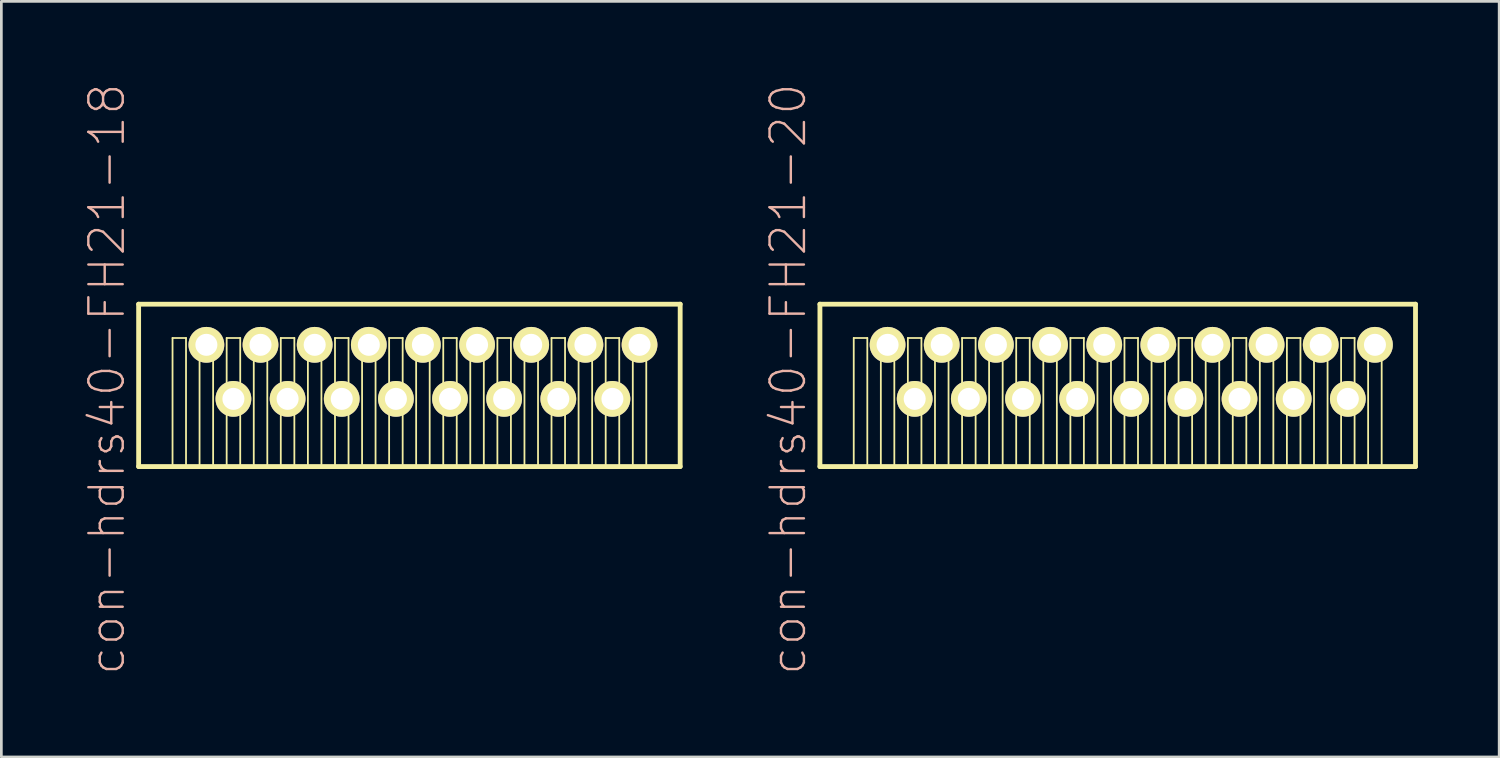
<source format=kicad_pcb>
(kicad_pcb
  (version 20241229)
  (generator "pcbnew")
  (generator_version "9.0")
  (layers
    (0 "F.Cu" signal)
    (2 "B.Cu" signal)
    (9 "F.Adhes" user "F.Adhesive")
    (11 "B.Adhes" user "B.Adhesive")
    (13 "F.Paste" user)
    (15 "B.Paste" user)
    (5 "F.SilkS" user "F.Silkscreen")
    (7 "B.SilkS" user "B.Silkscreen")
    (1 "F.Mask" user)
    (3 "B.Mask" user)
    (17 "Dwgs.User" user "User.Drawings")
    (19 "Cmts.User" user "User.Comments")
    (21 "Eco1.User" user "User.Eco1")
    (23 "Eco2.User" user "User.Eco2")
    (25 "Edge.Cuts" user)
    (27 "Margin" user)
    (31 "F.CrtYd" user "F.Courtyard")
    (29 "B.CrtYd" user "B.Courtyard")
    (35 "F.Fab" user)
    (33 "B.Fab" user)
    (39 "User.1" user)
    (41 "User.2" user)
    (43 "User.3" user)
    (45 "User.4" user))
  (footprint "con-hdrs40-FH21-20"
    (layer "F.Cu")
    (at 38.229 10.683)
    (property "Reference" "con-hdrs40-FH21-20" (at -12.172 0.269 90) (layer "B.SilkS") (effects (font (size 1.27 1.27) (thickness 0.089))))
    (attr exclude_from_pos_files exclude_from_bom)
    (fp_line (start -10.998 -2.499) (end 10.998 -2.499) (stroke (width 0.178) (type solid)) (layer "F.SilkS"))
    (fp_line (start -10.998 3.498) (end -10.998 -2.499) (stroke (width 0.178) (type solid)) (layer "F.SilkS"))
    (fp_line (start -9.749 -1.25) (end -9.248 -1.25) (stroke (width 0.066) (type solid)) (layer "F.SilkS"))
    (fp_line (start -9.749 3.498) (end -9.749 -1.25) (stroke (width 0.066) (type solid)) (layer "F.SilkS"))
    (fp_line (start -9.749 3.498) (end -9.248 3.498) (stroke (width 0.066) (type solid)) (layer "F.SilkS"))
    (fp_line (start -9.248 3.498) (end -9.248 -1.25) (stroke (width 0.066) (type solid)) (layer "F.SilkS"))
    (fp_line (start -8.748 -1.25) (end -8.25 -1.25) (stroke (width 0.066) (type solid)) (layer "F.SilkS"))
    (fp_line (start -8.748 3.498) (end -8.748 -1.25) (stroke (width 0.066) (type solid)) (layer "F.SilkS"))
    (fp_line (start -8.748 3.498) (end -8.25 3.498) (stroke (width 0.066) (type solid)) (layer "F.SilkS"))
    (fp_line (start -8.25 3.498) (end -8.25 -1.25) (stroke (width 0.066) (type solid)) (layer "F.SilkS"))
    (fp_line (start -7.75 -1.25) (end -7.249 -1.25) (stroke (width 0.066) (type solid)) (layer "F.SilkS"))
    (fp_line (start -7.75 3.498) (end -7.75 -1.25) (stroke (width 0.066) (type solid)) (layer "F.SilkS"))
    (fp_line (start -7.75 3.498) (end -7.249 3.498) (stroke (width 0.066) (type solid)) (layer "F.SilkS"))
    (fp_line (start -7.249 3.498) (end -7.249 -1.25) (stroke (width 0.066) (type solid)) (layer "F.SilkS"))
    (fp_line (start -6.749 -1.25) (end -6.248 -1.25) (stroke (width 0.066) (type solid)) (layer "F.SilkS"))
    (fp_line (start -6.749 3.498) (end -6.749 -1.25) (stroke (width 0.066) (type solid)) (layer "F.SilkS"))
    (fp_line (start -6.749 3.498) (end -6.248 3.498) (stroke (width 0.066) (type solid)) (layer "F.SilkS"))
    (fp_line (start -6.248 3.498) (end -6.248 -1.25) (stroke (width 0.066) (type solid)) (layer "F.SilkS"))
    (fp_line (start -5.748 -1.25) (end -5.248 -1.25) (stroke (width 0.066) (type solid)) (layer "F.SilkS"))
    (fp_line (start -5.748 3.498) (end -5.748 -1.25) (stroke (width 0.066) (type solid)) (layer "F.SilkS"))
    (fp_line (start -5.748 3.498) (end -5.248 3.498) (stroke (width 0.066) (type solid)) (layer "F.SilkS"))
    (fp_line (start -5.248 3.498) (end -5.248 -1.25) (stroke (width 0.066) (type solid)) (layer "F.SilkS"))
    (fp_line (start -4.75 -1.25) (end -4.249 -1.25) (stroke (width 0.066) (type solid)) (layer "F.SilkS"))
    (fp_line (start -4.75 3.498) (end -4.75 -1.25) (stroke (width 0.066) (type solid)) (layer "F.SilkS"))
    (fp_line (start -4.75 3.498) (end -4.249 3.498) (stroke (width 0.066) (type solid)) (layer "F.SilkS"))
    (fp_line (start -4.249 3.498) (end -4.249 -1.25) (stroke (width 0.066) (type solid)) (layer "F.SilkS"))
    (fp_line (start -3.749 -1.25) (end -3.249 -1.25) (stroke (width 0.066) (type solid)) (layer "F.SilkS"))
    (fp_line (start -3.749 3.498) (end -3.749 -1.25) (stroke (width 0.066) (type solid)) (layer "F.SilkS"))
    (fp_line (start -3.749 3.498) (end -3.249 3.498) (stroke (width 0.066) (type solid)) (layer "F.SilkS"))
    (fp_line (start -3.249 3.498) (end -3.249 -1.25) (stroke (width 0.066) (type solid)) (layer "F.SilkS"))
    (fp_line (start -2.748 -1.25) (end -2.248 -1.25) (stroke (width 0.066) (type solid)) (layer "F.SilkS"))
    (fp_line (start -2.748 3.498) (end -2.748 -1.25) (stroke (width 0.066) (type solid)) (layer "F.SilkS"))
    (fp_line (start -2.748 3.498) (end -2.248 3.498) (stroke (width 0.066) (type solid)) (layer "F.SilkS"))
    (fp_line (start -2.248 3.498) (end -2.248 -1.25) (stroke (width 0.066) (type solid)) (layer "F.SilkS"))
    (fp_line (start -1.748 -1.25) (end -1.25 -1.25) (stroke (width 0.066) (type solid)) (layer "F.SilkS"))
    (fp_line (start -1.748 3.498) (end -1.748 -1.25) (stroke (width 0.066) (type solid)) (layer "F.SilkS"))
    (fp_line (start -1.748 3.498) (end -1.25 3.498) (stroke (width 0.066) (type solid)) (layer "F.SilkS"))
    (fp_line (start -1.25 3.498) (end -1.25 -1.25) (stroke (width 0.066) (type solid)) (layer "F.SilkS"))
    (fp_line (start -0.749 -1.25) (end -0.249 -1.25) (stroke (width 0.066) (type solid)) (layer "F.SilkS"))
    (fp_line (start -0.749 3.498) (end -0.749 -1.25) (stroke (width 0.066) (type solid)) (layer "F.SilkS"))
    (fp_line (start -0.749 3.498) (end -0.249 3.498) (stroke (width 0.066) (type solid)) (layer "F.SilkS"))
    (fp_line (start -0.249 3.498) (end -0.249 -1.25) (stroke (width 0.066) (type solid)) (layer "F.SilkS"))
    (fp_line (start 0.249 -1.25) (end 0.749 -1.25) (stroke (width 0.066) (type solid)) (layer "F.SilkS"))
    (fp_line (start 0.249 3.498) (end 0.249 -1.25) (stroke (width 0.066) (type solid)) (layer "F.SilkS"))
    (fp_line (start 0.249 3.498) (end 0.749 3.498) (stroke (width 0.066) (type solid)) (layer "F.SilkS"))
    (fp_line (start 0.749 3.498) (end 0.749 -1.25) (stroke (width 0.066) (type solid)) (layer "F.SilkS"))
    (fp_line (start 1.25 -1.25) (end 1.748 -1.25) (stroke (width 0.066) (type solid)) (layer "F.SilkS"))
    (fp_line (start 1.25 3.498) (end 1.25 -1.25) (stroke (width 0.066) (type solid)) (layer "F.SilkS"))
    (fp_line (start 1.25 3.498) (end 1.748 3.498) (stroke (width 0.066) (type solid)) (layer "F.SilkS"))
    (fp_line (start 1.748 3.498) (end 1.748 -1.25) (stroke (width 0.066) (type solid)) (layer "F.SilkS"))
    (fp_line (start 2.248 -1.25) (end 2.748 -1.25) (stroke (width 0.066) (type solid)) (layer "F.SilkS"))
    (fp_line (start 2.248 3.498) (end 2.248 -1.25) (stroke (width 0.066) (type solid)) (layer "F.SilkS"))
    (fp_line (start 2.248 3.498) (end 2.748 3.498) (stroke (width 0.066) (type solid)) (layer "F.SilkS"))
    (fp_line (start 2.748 3.498) (end 2.748 -1.25) (stroke (width 0.066) (type solid)) (layer "F.SilkS"))
    (fp_line (start 3.249 -1.25) (end 3.749 -1.25) (stroke (width 0.066) (type solid)) (layer "F.SilkS"))
    (fp_line (start 3.249 3.498) (end 3.249 -1.25) (stroke (width 0.066) (type solid)) (layer "F.SilkS"))
    (fp_line (start 3.249 3.498) (end 3.749 3.498) (stroke (width 0.066) (type solid)) (layer "F.SilkS"))
    (fp_line (start 3.749 3.498) (end 3.749 -1.25) (stroke (width 0.066) (type solid)) (layer "F.SilkS"))
    (fp_line (start 4.249 -1.25) (end 4.75 -1.25) (stroke (width 0.066) (type solid)) (layer "F.SilkS"))
    (fp_line (start 4.249 3.498) (end 4.249 -1.25) (stroke (width 0.066) (type solid)) (layer "F.SilkS"))
    (fp_line (start 4.249 3.498) (end 4.75 3.498) (stroke (width 0.066) (type solid)) (layer "F.SilkS"))
    (fp_line (start 4.75 3.498) (end 4.75 -1.25) (stroke (width 0.066) (type solid)) (layer "F.SilkS"))
    (fp_line (start 5.248 -1.25) (end 5.748 -1.25) (stroke (width 0.066) (type solid)) (layer "F.SilkS"))
    (fp_line (start 5.248 3.498) (end 5.248 -1.25) (stroke (width 0.066) (type solid)) (layer "F.SilkS"))
    (fp_line (start 5.248 3.498) (end 5.748 3.498) (stroke (width 0.066) (type solid)) (layer "F.SilkS"))
    (fp_line (start 5.748 3.498) (end 5.748 -1.25) (stroke (width 0.066) (type solid)) (layer "F.SilkS"))
    (fp_line (start 6.248 -1.25) (end 6.749 -1.25) (stroke (width 0.066) (type solid)) (layer "F.SilkS"))
    (fp_line (start 6.248 3.498) (end 6.248 -1.25) (stroke (width 0.066) (type solid)) (layer "F.SilkS"))
    (fp_line (start 6.248 3.498) (end 6.749 3.498) (stroke (width 0.066) (type solid)) (layer "F.SilkS"))
    (fp_line (start 6.749 3.498) (end 6.749 -1.25) (stroke (width 0.066) (type solid)) (layer "F.SilkS"))
    (fp_line (start 7.249 -1.25) (end 7.75 -1.25) (stroke (width 0.066) (type solid)) (layer "F.SilkS"))
    (fp_line (start 7.249 3.498) (end 7.249 -1.25) (stroke (width 0.066) (type solid)) (layer "F.SilkS"))
    (fp_line (start 7.249 3.498) (end 7.75 3.498) (stroke (width 0.066) (type solid)) (layer "F.SilkS"))
    (fp_line (start 7.75 3.498) (end 7.75 -1.25) (stroke (width 0.066) (type solid)) (layer "F.SilkS"))
    (fp_line (start 8.25 -1.25) (end 8.748 -1.25) (stroke (width 0.066) (type solid)) (layer "F.SilkS"))
    (fp_line (start 8.25 3.498) (end 8.25 -1.25) (stroke (width 0.066) (type solid)) (layer "F.SilkS"))
    (fp_line (start 8.25 3.498) (end 8.748 3.498) (stroke (width 0.066) (type solid)) (layer "F.SilkS"))
    (fp_line (start 8.748 3.498) (end 8.748 -1.25) (stroke (width 0.066) (type solid)) (layer "F.SilkS"))
    (fp_line (start 9.248 -1.25) (end 9.749 -1.25) (stroke (width 0.066) (type solid)) (layer "F.SilkS"))
    (fp_line (start 9.248 3.498) (end 9.248 -1.25) (stroke (width 0.066) (type solid)) (layer "F.SilkS"))
    (fp_line (start 9.248 3.498) (end 9.749 3.498) (stroke (width 0.066) (type solid)) (layer "F.SilkS"))
    (fp_line (start 9.749 3.498) (end 9.749 -1.25) (stroke (width 0.066) (type solid)) (layer "F.SilkS"))
    (fp_line (start 10.998 -2.499) (end 10.998 3.498) (stroke (width 0.178) (type solid)) (layer "F.SilkS"))
    (fp_line (start 10.998 3.498) (end -10.998 3.498) (stroke (width 0.178) (type solid)) (layer "F.SilkS"))
    (pad "1" thru_hole rect (at -9.5 0.998) (size 0.001 0.001) (drill 0.813) (layers "*.Cu" "F.Mask" "F.SilkS" "F.Paste"))
    (pad "2" thru_hole circle (at -8.499 -0.998) (size 1.321 1.321) (drill 0.813) (layers "*.Cu" "F.Mask" "F.SilkS" "F.Paste"))
    (pad "3" thru_hole circle (at -7.498 0.998) (size 1.321 1.321) (drill 0.813) (layers "*.Cu" "F.Mask" "F.SilkS" "F.Paste"))
    (pad "4" thru_hole circle (at -6.5 -0.998) (size 1.321 1.321) (drill 0.813) (layers "*.Cu" "F.Mask" "F.SilkS" "F.Paste"))
    (pad "5" thru_hole circle (at -5.499 0.998) (size 1.321 1.321) (drill 0.813) (layers "*.Cu" "F.Mask" "F.SilkS" "F.Paste"))
    (pad "6" thru_hole circle (at -4.498 -0.998) (size 1.321 1.321) (drill 0.813) (layers "*.Cu" "F.Mask" "F.SilkS" "F.Paste"))
    (pad "7" thru_hole circle (at -3.498 0.998) (size 1.321 1.321) (drill 0.813) (layers "*.Cu" "F.Mask" "F.SilkS" "F.Paste"))
    (pad "8" thru_hole circle (at -2.499 -0.998) (size 1.321 1.321) (drill 0.813) (layers "*.Cu" "F.Mask" "F.SilkS" "F.Paste"))
    (pad "9" thru_hole circle (at -1.499 0.998) (size 1.321 1.321) (drill 0.813) (layers "*.Cu" "F.Mask" "F.SilkS" "F.Paste"))
    (pad "10" thru_hole circle (at -0.498 -0.998) (size 1.321 1.321) (drill 0.813) (layers "*.Cu" "F.Mask" "F.SilkS" "F.Paste"))
    (pad "11" thru_hole circle (at 0.498 0.998) (size 1.321 1.321) (drill 0.813) (layers "*.Cu" "F.Mask" "F.SilkS" "F.Paste"))
    (pad "12" thru_hole circle (at 1.499 -0.998) (size 1.321 1.321) (drill 0.813) (layers "*.Cu" "F.Mask" "F.SilkS" "F.Paste"))
    (pad "13" thru_hole circle (at 2.499 0.998) (size 1.321 1.321) (drill 0.813) (layers "*.Cu" "F.Mask" "F.SilkS" "F.Paste"))
    (pad "14" thru_hole circle (at 3.498 -0.998) (size 1.321 1.321) (drill 0.813) (layers "*.Cu" "F.Mask" "F.SilkS" "F.Paste"))
    (pad "15" thru_hole circle (at 4.498 0.998) (size 1.321 1.321) (drill 0.813) (layers "*.Cu" "F.Mask" "F.SilkS" "F.Paste"))
    (pad "16" thru_hole circle (at 5.499 -0.998) (size 1.321 1.321) (drill 0.813) (layers "*.Cu" "F.Mask" "F.SilkS" "F.Paste"))
    (pad "17" thru_hole circle (at 6.5 0.998) (size 1.321 1.321) (drill 0.813) (layers "*.Cu" "F.Mask" "F.SilkS" "F.Paste"))
    (pad "18" thru_hole circle (at 7.498 -0.998) (size 1.321 1.321) (drill 0.813) (layers "*.Cu" "F.Mask" "F.SilkS" "F.Paste"))
    (pad "19" thru_hole circle (at 8.499 0.998) (size 1.321 1.321) (drill 0.813) (layers "*.Cu" "F.Mask" "F.SilkS" "F.Paste"))
    (pad "20" thru_hole circle (at 9.5 -0.998) (size 1.321 1.321) (drill 0.813) (layers "*.Cu" "F.Mask" "F.SilkS" "F.Paste")))
  (footprint "con-hdrs40-FH21-18"
    (layer "F.Cu")
    (at 12.07 10.683)
    (property "Reference" "con-hdrs40-FH21-18" (at -11.171 0.269 90) (layer "B.SilkS") (effects (font (size 1.27 1.27) (thickness 0.089))))
    (attr exclude_from_pos_files exclude_from_bom)
    (fp_line (start -10 -2.499) (end 10 -2.499) (stroke (width 0.178) (type solid)) (layer "F.SilkS"))
    (fp_line (start -10 3.498) (end -10 -2.499) (stroke (width 0.178) (type solid)) (layer "F.SilkS"))
    (fp_line (start -8.748 -1.25) (end -8.25 -1.25) (stroke (width 0.066) (type solid)) (layer "F.SilkS"))
    (fp_line (start -8.748 3.498) (end -8.748 -1.25) (stroke (width 0.066) (type solid)) (layer "F.SilkS"))
    (fp_line (start -8.748 3.498) (end -8.25 3.498) (stroke (width 0.066) (type solid)) (layer "F.SilkS"))
    (fp_line (start -8.25 3.498) (end -8.25 -1.25) (stroke (width 0.066) (type solid)) (layer "F.SilkS"))
    (fp_line (start -7.75 -1.25) (end -7.249 -1.25) (stroke (width 0.066) (type solid)) (layer "F.SilkS"))
    (fp_line (start -7.75 3.498) (end -7.75 -1.25) (stroke (width 0.066) (type solid)) (layer "F.SilkS"))
    (fp_line (start -7.75 3.498) (end -7.249 3.498) (stroke (width 0.066) (type solid)) (layer "F.SilkS"))
    (fp_line (start -7.249 3.498) (end -7.249 -1.25) (stroke (width 0.066) (type solid)) (layer "F.SilkS"))
    (fp_line (start -6.749 -1.25) (end -6.248 -1.25) (stroke (width 0.066) (type solid)) (layer "F.SilkS"))
    (fp_line (start -6.749 3.498) (end -6.749 -1.25) (stroke (width 0.066) (type solid)) (layer "F.SilkS"))
    (fp_line (start -6.749 3.498) (end -6.248 3.498) (stroke (width 0.066) (type solid)) (layer "F.SilkS"))
    (fp_line (start -6.248 3.498) (end -6.248 -1.25) (stroke (width 0.066) (type solid)) (layer "F.SilkS"))
    (fp_line (start -5.748 -1.25) (end -5.248 -1.25) (stroke (width 0.066) (type solid)) (layer "F.SilkS"))
    (fp_line (start -5.748 3.498) (end -5.748 -1.25) (stroke (width 0.066) (type solid)) (layer "F.SilkS"))
    (fp_line (start -5.748 3.498) (end -5.248 3.498) (stroke (width 0.066) (type solid)) (layer "F.SilkS"))
    (fp_line (start -5.248 3.498) (end -5.248 -1.25) (stroke (width 0.066) (type solid)) (layer "F.SilkS"))
    (fp_line (start -4.75 -1.25) (end -4.249 -1.25) (stroke (width 0.066) (type solid)) (layer "F.SilkS"))
    (fp_line (start -4.75 3.498) (end -4.75 -1.25) (stroke (width 0.066) (type solid)) (layer "F.SilkS"))
    (fp_line (start -4.75 3.498) (end -4.249 3.498) (stroke (width 0.066) (type solid)) (layer "F.SilkS"))
    (fp_line (start -4.249 3.498) (end -4.249 -1.25) (stroke (width 0.066) (type solid)) (layer "F.SilkS"))
    (fp_line (start -3.749 -1.25) (end -3.249 -1.25) (stroke (width 0.066) (type solid)) (layer "F.SilkS"))
    (fp_line (start -3.749 3.498) (end -3.749 -1.25) (stroke (width 0.066) (type solid)) (layer "F.SilkS"))
    (fp_line (start -3.749 3.498) (end -3.249 3.498) (stroke (width 0.066) (type solid)) (layer "F.SilkS"))
    (fp_line (start -3.249 3.498) (end -3.249 -1.25) (stroke (width 0.066) (type solid)) (layer "F.SilkS"))
    (fp_line (start -2.748 -1.25) (end -2.248 -1.25) (stroke (width 0.066) (type solid)) (layer "F.SilkS"))
    (fp_line (start -2.748 3.498) (end -2.748 -1.25) (stroke (width 0.066) (type solid)) (layer "F.SilkS"))
    (fp_line (start -2.748 3.498) (end -2.248 3.498) (stroke (width 0.066) (type solid)) (layer "F.SilkS"))
    (fp_line (start -2.248 3.498) (end -2.248 -1.25) (stroke (width 0.066) (type solid)) (layer "F.SilkS"))
    (fp_line (start -1.748 -1.25) (end -1.25 -1.25) (stroke (width 0.066) (type solid)) (layer "F.SilkS"))
    (fp_line (start -1.748 3.498) (end -1.748 -1.25) (stroke (width 0.066) (type solid)) (layer "F.SilkS"))
    (fp_line (start -1.748 3.498) (end -1.25 3.498) (stroke (width 0.066) (type solid)) (layer "F.SilkS"))
    (fp_line (start -1.25 3.498) (end -1.25 -1.25) (stroke (width 0.066) (type solid)) (layer "F.SilkS"))
    (fp_line (start -0.749 -1.25) (end -0.249 -1.25) (stroke (width 0.066) (type solid)) (layer "F.SilkS"))
    (fp_line (start -0.749 3.498) (end -0.749 -1.25) (stroke (width 0.066) (type solid)) (layer "F.SilkS"))
    (fp_line (start -0.749 3.498) (end -0.249 3.498) (stroke (width 0.066) (type solid)) (layer "F.SilkS"))
    (fp_line (start -0.249 3.498) (end -0.249 -1.25) (stroke (width 0.066) (type solid)) (layer "F.SilkS"))
    (fp_line (start 0.249 -1.25) (end 0.749 -1.25) (stroke (width 0.066) (type solid)) (layer "F.SilkS"))
    (fp_line (start 0.249 3.498) (end 0.249 -1.25) (stroke (width 0.066) (type solid)) (layer "F.SilkS"))
    (fp_line (start 0.249 3.498) (end 0.749 3.498) (stroke (width 0.066) (type solid)) (layer "F.SilkS"))
    (fp_line (start 0.749 3.498) (end 0.749 -1.25) (stroke (width 0.066) (type solid)) (layer "F.SilkS"))
    (fp_line (start 1.25 -1.25) (end 1.748 -1.25) (stroke (width 0.066) (type solid)) (layer "F.SilkS"))
    (fp_line (start 1.25 3.498) (end 1.25 -1.25) (stroke (width 0.066) (type solid)) (layer "F.SilkS"))
    (fp_line (start 1.25 3.498) (end 1.748 3.498) (stroke (width 0.066) (type solid)) (layer "F.SilkS"))
    (fp_line (start 1.748 3.498) (end 1.748 -1.25) (stroke (width 0.066) (type solid)) (layer "F.SilkS"))
    (fp_line (start 2.248 -1.25) (end 2.748 -1.25) (stroke (width 0.066) (type solid)) (layer "F.SilkS"))
    (fp_line (start 2.248 3.498) (end 2.248 -1.25) (stroke (width 0.066) (type solid)) (layer "F.SilkS"))
    (fp_line (start 2.248 3.498) (end 2.748 3.498) (stroke (width 0.066) (type solid)) (layer "F.SilkS"))
    (fp_line (start 2.748 3.498) (end 2.748 -1.25) (stroke (width 0.066) (type solid)) (layer "F.SilkS"))
    (fp_line (start 3.249 -1.25) (end 3.749 -1.25) (stroke (width 0.066) (type solid)) (layer "F.SilkS"))
    (fp_line (start 3.249 3.498) (end 3.249 -1.25) (stroke (width 0.066) (type solid)) (layer "F.SilkS"))
    (fp_line (start 3.249 3.498) (end 3.749 3.498) (stroke (width 0.066) (type solid)) (layer "F.SilkS"))
    (fp_line (start 3.749 3.498) (end 3.749 -1.25) (stroke (width 0.066) (type solid)) (layer "F.SilkS"))
    (fp_line (start 4.249 -1.25) (end 4.75 -1.25) (stroke (width 0.066) (type solid)) (layer "F.SilkS"))
    (fp_line (start 4.249 3.498) (end 4.249 -1.25) (stroke (width 0.066) (type solid)) (layer "F.SilkS"))
    (fp_line (start 4.249 3.498) (end 4.75 3.498) (stroke (width 0.066) (type solid)) (layer "F.SilkS"))
    (fp_line (start 4.75 3.498) (end 4.75 -1.25) (stroke (width 0.066) (type solid)) (layer "F.SilkS"))
    (fp_line (start 5.248 -1.25) (end 5.748 -1.25) (stroke (width 0.066) (type solid)) (layer "F.SilkS"))
    (fp_line (start 5.248 3.498) (end 5.248 -1.25) (stroke (width 0.066) (type solid)) (layer "F.SilkS"))
    (fp_line (start 5.248 3.498) (end 5.748 3.498) (stroke (width 0.066) (type solid)) (layer "F.SilkS"))
    (fp_line (start 5.748 3.498) (end 5.748 -1.25) (stroke (width 0.066) (type solid)) (layer "F.SilkS"))
    (fp_line (start 6.248 -1.25) (end 6.749 -1.25) (stroke (width 0.066) (type solid)) (layer "F.SilkS"))
    (fp_line (start 6.248 3.498) (end 6.248 -1.25) (stroke (width 0.066) (type solid)) (layer "F.SilkS"))
    (fp_line (start 6.248 3.498) (end 6.749 3.498) (stroke (width 0.066) (type solid)) (layer "F.SilkS"))
    (fp_line (start 6.749 3.498) (end 6.749 -1.25) (stroke (width 0.066) (type solid)) (layer "F.SilkS"))
    (fp_line (start 7.249 -1.25) (end 7.75 -1.25) (stroke (width 0.066) (type solid)) (layer "F.SilkS"))
    (fp_line (start 7.249 3.498) (end 7.249 -1.25) (stroke (width 0.066) (type solid)) (layer "F.SilkS"))
    (fp_line (start 7.249 3.498) (end 7.75 3.498) (stroke (width 0.066) (type solid)) (layer "F.SilkS"))
    (fp_line (start 7.75 3.498) (end 7.75 -1.25) (stroke (width 0.066) (type solid)) (layer "F.SilkS"))
    (fp_line (start 8.25 -1.25) (end 8.748 -1.25) (stroke (width 0.066) (type solid)) (layer "F.SilkS"))
    (fp_line (start 8.25 3.498) (end 8.25 -1.25) (stroke (width 0.066) (type solid)) (layer "F.SilkS"))
    (fp_line (start 8.25 3.498) (end 8.748 3.498) (stroke (width 0.066) (type solid)) (layer "F.SilkS"))
    (fp_line (start 8.748 3.498) (end 8.748 -1.25) (stroke (width 0.066) (type solid)) (layer "F.SilkS"))
    (fp_line (start 10 -2.499) (end 10 3.498) (stroke (width 0.178) (type solid)) (layer "F.SilkS"))
    (fp_line (start 10 3.498) (end -10 3.498) (stroke (width 0.178) (type solid)) (layer "F.SilkS"))
    (pad "1" thru_hole rect (at -8.499 0.998) (size 0.001 0.001) (drill 0.813) (layers "*.Cu" "F.Mask" "F.SilkS" "F.Paste"))
    (pad "2" thru_hole circle (at -7.498 -0.998) (size 1.321 1.321) (drill 0.813) (layers "*.Cu" "F.Mask" "F.SilkS" "F.Paste"))
    (pad "3" thru_hole circle (at -6.5 0.998) (size 1.321 1.321) (drill 0.813) (layers "*.Cu" "F.Mask" "F.SilkS" "F.Paste"))
    (pad "4" thru_hole circle (at -5.499 -0.998) (size 1.321 1.321) (drill 0.813) (layers "*.Cu" "F.Mask" "F.SilkS" "F.Paste"))
    (pad "5" thru_hole circle (at -4.498 0.998) (size 1.321 1.321) (drill 0.813) (layers "*.Cu" "F.Mask" "F.SilkS" "F.Paste"))
    (pad "6" thru_hole circle (at -3.498 -0.998) (size 1.321 1.321) (drill 0.813) (layers "*.Cu" "F.Mask" "F.SilkS" "F.Paste"))
    (pad "7" thru_hole circle (at -2.499 0.998) (size 1.321 1.321) (drill 0.813) (layers "*.Cu" "F.Mask" "F.SilkS" "F.Paste"))
    (pad "8" thru_hole circle (at -1.499 -0.998) (size 1.321 1.321) (drill 0.813) (layers "*.Cu" "F.Mask" "F.SilkS" "F.Paste"))
    (pad "9" thru_hole circle (at -0.498 0.998) (size 1.321 1.321) (drill 0.813) (layers "*.Cu" "F.Mask" "F.SilkS" "F.Paste"))
    (pad "10" thru_hole circle (at 0.498 -0.998) (size 1.321 1.321) (drill 0.813) (layers "*.Cu" "F.Mask" "F.SilkS" "F.Paste"))
    (pad "11" thru_hole circle (at 1.499 0.998) (size 1.321 1.321) (drill 0.813) (layers "*.Cu" "F.Mask" "F.SilkS" "F.Paste"))
    (pad "12" thru_hole circle (at 2.499 -0.998) (size 1.321 1.321) (drill 0.813) (layers "*.Cu" "F.Mask" "F.SilkS" "F.Paste"))
    (pad "13" thru_hole circle (at 3.498 0.998) (size 1.321 1.321) (drill 0.813) (layers "*.Cu" "F.Mask" "F.SilkS" "F.Paste"))
    (pad "14" thru_hole circle (at 4.498 -0.998) (size 1.321 1.321) (drill 0.813) (layers "*.Cu" "F.Mask" "F.SilkS" "F.Paste"))
    (pad "15" thru_hole circle (at 5.499 0.998) (size 1.321 1.321) (drill 0.813) (layers "*.Cu" "F.Mask" "F.SilkS" "F.Paste"))
    (pad "16" thru_hole circle (at 6.5 -0.998) (size 1.321 1.321) (drill 0.813) (layers "*.Cu" "F.Mask" "F.SilkS" "F.Paste"))
    (pad "17" thru_hole circle (at 7.498 0.998) (size 1.321 1.321) (drill 0.813) (layers "*.Cu" "F.Mask" "F.SilkS" "F.Paste"))
    (pad "18" thru_hole circle (at 8.499 -0.998) (size 1.321 1.321) (drill 0.813) (layers "*.Cu" "F.Mask" "F.SilkS" "F.Paste")))
  (gr_rect
    (start -3 -3)
    (end 52.317 24.905)
    (stroke (width 0.1) (type default))
    (fill no)
    (layer "Edge.Cuts")))
</source>
